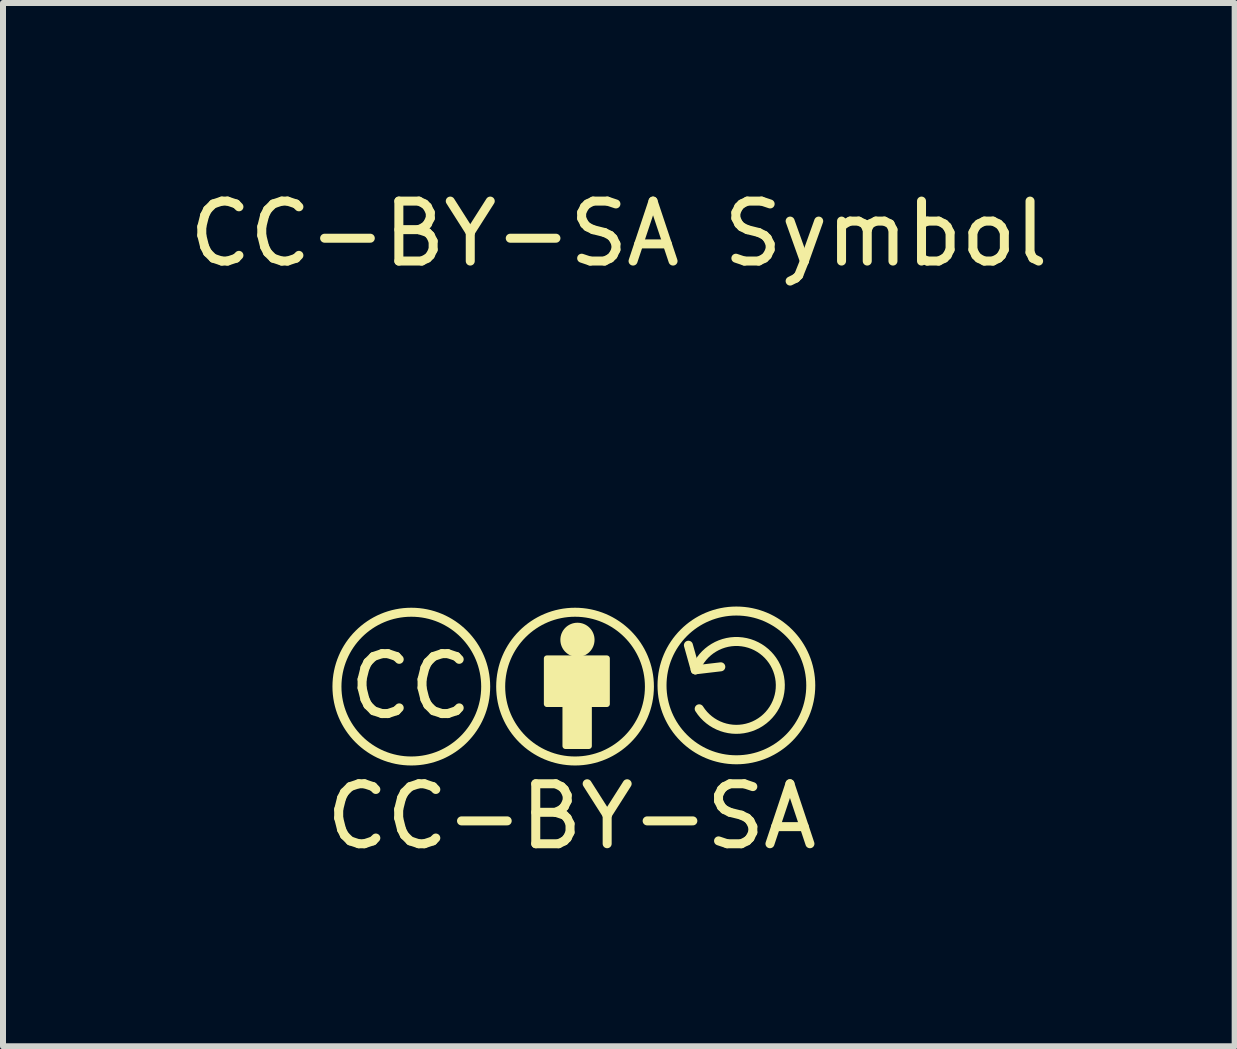
<source format=kicad_pcb>
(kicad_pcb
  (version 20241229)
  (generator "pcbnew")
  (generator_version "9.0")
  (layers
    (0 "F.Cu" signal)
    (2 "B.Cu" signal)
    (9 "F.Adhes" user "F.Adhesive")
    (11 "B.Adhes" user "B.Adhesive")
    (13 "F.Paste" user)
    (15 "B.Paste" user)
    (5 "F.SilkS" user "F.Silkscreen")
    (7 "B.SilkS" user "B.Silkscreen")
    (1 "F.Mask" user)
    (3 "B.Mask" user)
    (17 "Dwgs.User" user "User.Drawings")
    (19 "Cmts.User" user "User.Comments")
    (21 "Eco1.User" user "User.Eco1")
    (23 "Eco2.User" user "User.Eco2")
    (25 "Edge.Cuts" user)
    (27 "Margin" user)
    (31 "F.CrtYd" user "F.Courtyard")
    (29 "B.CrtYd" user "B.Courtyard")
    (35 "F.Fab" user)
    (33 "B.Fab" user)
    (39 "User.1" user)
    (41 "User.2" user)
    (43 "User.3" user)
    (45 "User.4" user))
  (footprint "CC-BY-SA Symbol"
    (layer "F.Cu")
    (at 6.668 8.148)
    (property "Reference" "CC-BY-SA Symbol" (at 0.599 -7.3 0) (layer "F.SilkS") (effects (font (size 1 1) (thickness 0.15))))
    (attr exclude_from_pos_files exclude_from_bom)
    (fp_line (start 1.76 -0.44) (end 1.875 -0.03) (stroke (width 0.15) (type default)) (layer "F.SilkS"))
    (fp_line (start 1.875 -0.03) (end 1.76 -0.44) (stroke (width 0.1) (type default)) (layer "F.SilkS"))
    (fp_line (start 1.875 -0.03) (end 2.3 -0.08) (stroke (width 0.15) (type default)) (layer "F.SilkS"))
    (fp_rect (start -0.6 -0.22) (end 0.4 0.54) (stroke (width 0.1) (type solid)) (fill yes) (layer "F.SilkS"))
    (fp_rect (start -0.29 -0.18) (end 0.1 1.24) (stroke (width 0.1) (type solid)) (fill yes) (layer "F.SilkS"))
    (fp_arc (start 1.875151 -0.02977) (mid 3.28884 0.157258) (end 1.940001 0.62) (stroke (width 0.15) (type default)) (layer "F.SilkS"))
    (fp_circle (center -2.86 0.25) (end -1.62 0.25) (stroke (width 0.15) (type default)) (fill no) (layer "F.SilkS"))
    (fp_circle (center -0.13 0.25) (end 1.11 0.25) (stroke (width 0.15) (type default)) (fill no) (layer "F.SilkS"))
    (fp_circle (center -0.09 -0.53) (end 0.145 -0.53) (stroke (width 0.1) (type solid)) (fill yes) (layer "F.SilkS"))
    (fp_circle (center 2.56 0.23) (end 3.8 0.23) (stroke (width 0.15) (type default)) (fill no) (layer "F.SilkS"))
    (fp_text user "CC" (at -3.97 0.83 0) (unlocked yes) (layer "F.SilkS") (effects (font (size 1 1) (thickness 0.15)) (justify left bottom)))
    (fp_text user "CC-BY-SA" (at -4.36 3 0) (unlocked yes) (layer "F.SilkS") (effects (font (size 1 1) (thickness 0.15)) (justify left bottom))))
  (gr_rect
    (start -3 -3)
    (end 17.536 14.395)
    (stroke (width 0.1) (type default))
    (fill no)
    (layer "Edge.Cuts")))
</source>
